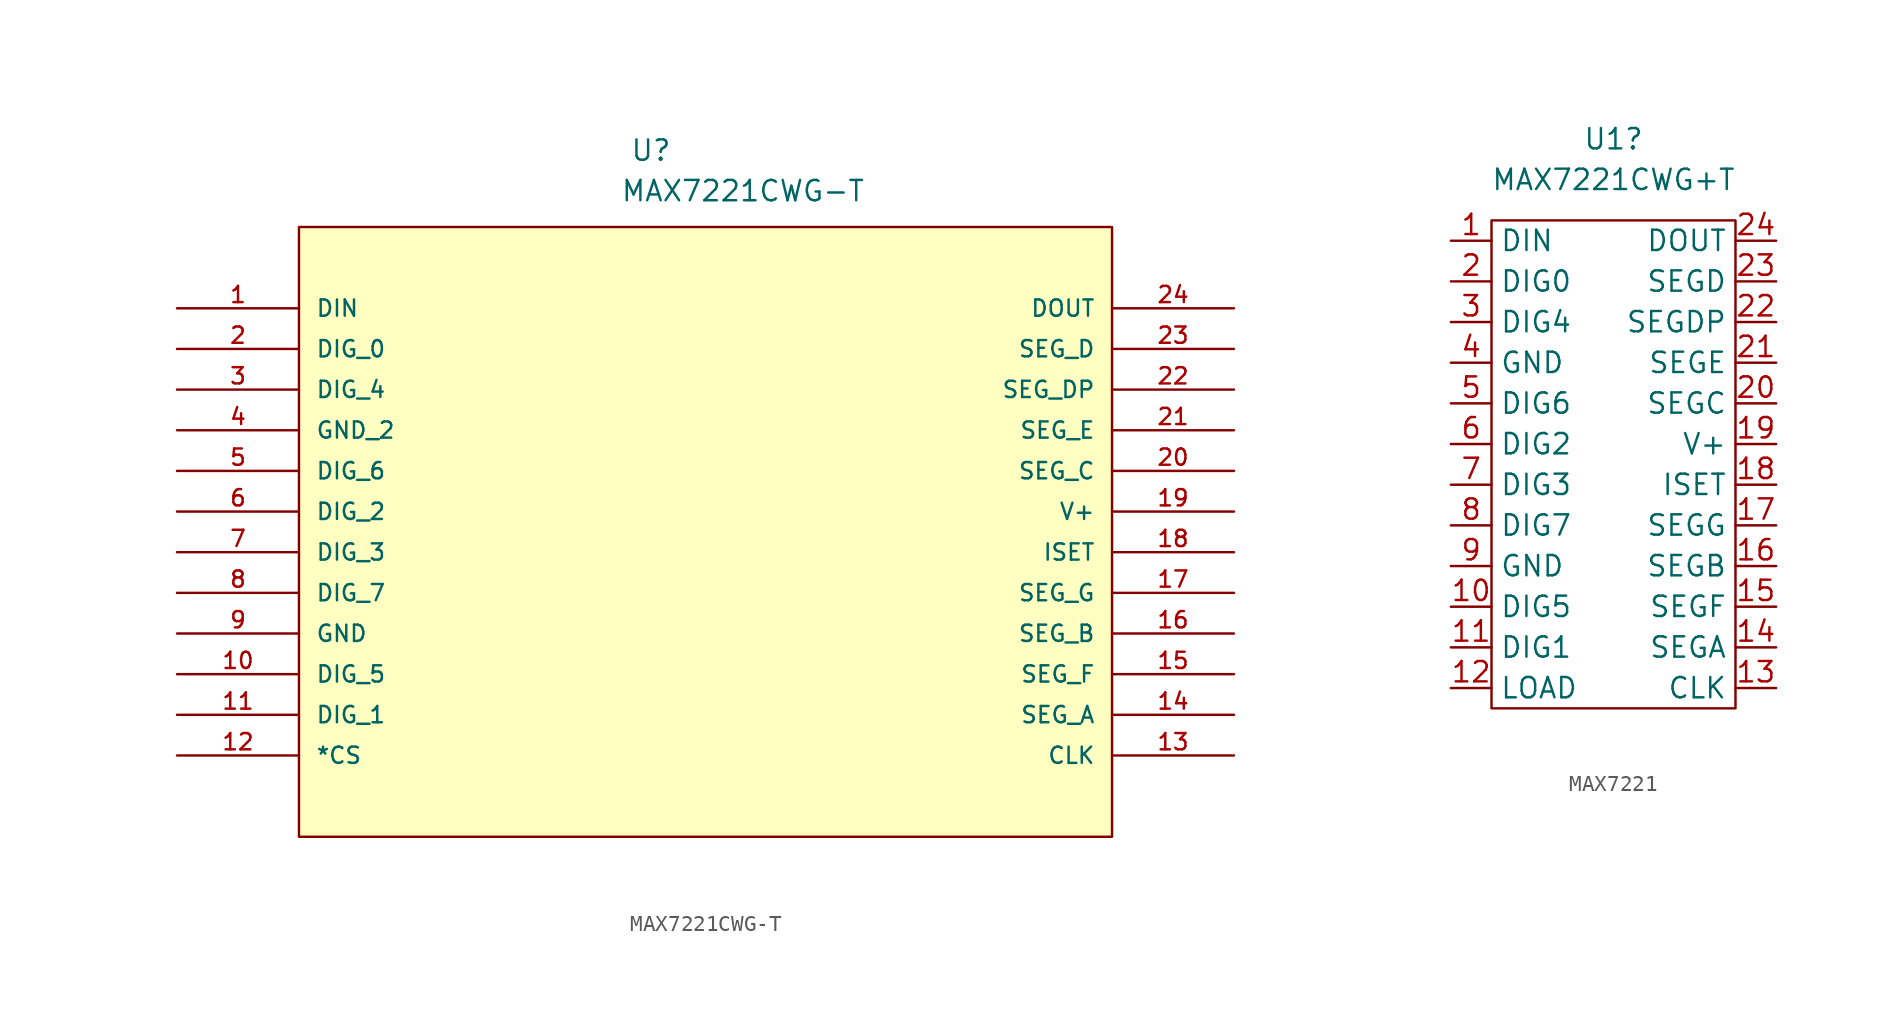
<source format=kicad_sym>
(kicad_symbol_lib
  (version 20231120)
  (generator "kicad_symbol_editor")
  (generator_version "8.0")
  (symbol "MAX7221CWG-T"
    (pin_names
      (offset 1.016))
    (property "Reference" "U"
      (at 28.304 9.121 0)
      (effects (font (size 1.27 1.27)) (justify left bottom)))
    (property "Value" "MAX7221CWG-T"
      (at 27.701 6.588 0)
      (effects (font (size 1.27 1.27)) (justify left bottom)))
    (symbol "MAX7221CWG-T_0_0"
      (rectangle (start 7.62 -33.02) (end 58.42 5.08) (stroke (width 0.152) (type default)) (fill (type background)))
      (pin input line (at 0 0 0) (length 7.62) (name "DIN" (effects (font (size 1.016 1.016)))) (number "1" (effects (font (size 1.016 1.016)))))
      (pin passive line (at 0 -22.86 0) (length 7.62) (name "DIG_5" (effects (font (size 1.016 1.016)))) (number "10" (effects (font (size 1.016 1.016)))))
      (pin passive line (at 0 -25.4 0) (length 7.62) (name "DIG_1" (effects (font (size 1.016 1.016)))) (number "11" (effects (font (size 1.016 1.016)))))
      (pin input line (at 0 -27.94 0) (length 7.62) (name "*CS" (effects (font (size 1.016 1.016)))) (number "12" (effects (font (size 1.016 1.016)))))
      (pin input line (at 66.04 -27.94 180) (length 7.62) (name "CLK" (effects (font (size 1.016 1.016)))) (number "13" (effects (font (size 1.016 1.016)))))
      (pin passive line (at 66.04 -25.4 180) (length 7.62) (name "SEG_A" (effects (font (size 1.016 1.016)))) (number "14" (effects (font (size 1.016 1.016)))))
      (pin passive line (at 66.04 -22.86 180) (length 7.62) (name "SEG_F" (effects (font (size 1.016 1.016)))) (number "15" (effects (font (size 1.016 1.016)))))
      (pin passive line (at 66.04 -20.32 180) (length 7.62) (name "SEG_B" (effects (font (size 1.016 1.016)))) (number "16" (effects (font (size 1.016 1.016)))))
      (pin passive line (at 66.04 -17.78 180) (length 7.62) (name "SEG_G" (effects (font (size 1.016 1.016)))) (number "17" (effects (font (size 1.016 1.016)))))
      (pin passive line (at 66.04 -15.24 180) (length 7.62) (name "ISET" (effects (font (size 1.016 1.016)))) (number "18" (effects (font (size 1.016 1.016)))))
      (pin power_in line (at 66.04 -12.7 180) (length 7.62) (name "V+" (effects (font (size 1.016 1.016)))) (number "19" (effects (font (size 1.016 1.016)))))
      (pin passive line (at 0 -2.54 0) (length 7.62) (name "DIG_0" (effects (font (size 1.016 1.016)))) (number "2" (effects (font (size 1.016 1.016)))))
      (pin passive line (at 66.04 -10.16 180) (length 7.62) (name "SEG_C" (effects (font (size 1.016 1.016)))) (number "20" (effects (font (size 1.016 1.016)))))
      (pin passive line (at 66.04 -7.62 180) (length 7.62) (name "SEG_E" (effects (font (size 1.016 1.016)))) (number "21" (effects (font (size 1.016 1.016)))))
      (pin passive line (at 66.04 -5.08 180) (length 7.62) (name "SEG_DP" (effects (font (size 1.016 1.016)))) (number "22" (effects (font (size 1.016 1.016)))))
      (pin passive line (at 66.04 -2.54 180) (length 7.62) (name "SEG_D" (effects (font (size 1.016 1.016)))) (number "23" (effects (font (size 1.016 1.016)))))
      (pin output line (at 66.04 0 180) (length 7.62) (name "DOUT" (effects (font (size 1.016 1.016)))) (number "24" (effects (font (size 1.016 1.016)))))
      (pin passive line (at 0 -5.08 0) (length 7.62) (name "DIG_4" (effects (font (size 1.016 1.016)))) (number "3" (effects (font (size 1.016 1.016)))))
      (pin power_in line (at 0 -7.62 0) (length 7.62) (name "GND_2" (effects (font (size 1.016 1.016)))) (number "4" (effects (font (size 1.016 1.016)))))
      (pin passive line (at 0 -10.16 0) (length 7.62) (name "DIG_6" (effects (font (size 1.016 1.016)))) (number "5" (effects (font (size 1.016 1.016)))))
      (pin passive line (at 0 -12.7 0) (length 7.62) (name "DIG_2" (effects (font (size 1.016 1.016)))) (number "6" (effects (font (size 1.016 1.016)))))
      (pin passive line (at 0 -15.24 0) (length 7.62) (name "DIG_3" (effects (font (size 1.016 1.016)))) (number "7" (effects (font (size 1.016 1.016)))))
      (pin passive line (at 0 -17.78 0) (length 7.62) (name "DIG_7" (effects (font (size 1.016 1.016)))) (number "8" (effects (font (size 1.016 1.016)))))
      (pin power_in line (at 0 -20.32 0) (length 7.62) (name "GND" (effects (font (size 1.016 1.016)))) (number "9" (effects (font (size 1.016 1.016)))))))
  (symbol "MAX7221"
    (property "Reference" "U1"
      (at 0 20.32 0)
      (effects (font (size 1.27 1.27))))
    (property "Value" "MAX7221CWG+T"
      (at 0 17.78 0)
      (effects (font (size 1.27 1.27))))
    (symbol "MAX7221_0_1"
      (rectangle (start -7.62 15.24) (end 7.62 -15.24) (stroke (width 0.152) (type default)) (fill (type none))))
    (symbol "MAX7221_1_1"
      (pin input line (at -10.16 13.97 0) (length 2.54) (name "DIN" (effects (font (size 1.27 1.27)))) (number "1" (effects (font (size 1.27 1.27)))))
      (pin input line (at -10.16 -8.89 0) (length 2.54) (name "DIG5" (effects (font (size 1.27 1.27)))) (number "10" (effects (font (size 1.27 1.27)))))
      (pin input line (at -10.16 -11.43 0) (length 2.54) (name "DIG1" (effects (font (size 1.27 1.27)))) (number "11" (effects (font (size 1.27 1.27)))))
      (pin input line (at -10.16 -13.97 0) (length 2.54) (name "LOAD" (effects (font (size 1.27 1.27)))) (number "12" (effects (font (size 1.27 1.27)))))
      (pin input line (at 10.16 -13.97 180) (length 2.54) (name "CLK" (effects (font (size 1.27 1.27)))) (number "13" (effects (font (size 1.27 1.27)))))
      (pin input line (at 10.16 -11.43 180) (length 2.54) (name "SEGA" (effects (font (size 1.27 1.27)))) (number "14" (effects (font (size 1.27 1.27)))))
      (pin input line (at 10.16 -8.89 180) (length 2.54) (name "SEGF" (effects (font (size 1.27 1.27)))) (number "15" (effects (font (size 1.27 1.27)))))
      (pin input line (at 10.16 -6.35 180) (length 2.54) (name "SEGB" (effects (font (size 1.27 1.27)))) (number "16" (effects (font (size 1.27 1.27)))))
      (pin input line (at 10.16 -3.81 180) (length 2.54) (name "SEGG" (effects (font (size 1.27 1.27)))) (number "17" (effects (font (size 1.27 1.27)))))
      (pin input line (at 10.16 -1.27 180) (length 2.54) (name "ISET" (effects (font (size 1.27 1.27)))) (number "18" (effects (font (size 1.27 1.27)))))
      (pin input line (at 10.16 1.27 180) (length 2.54) (name "V+" (effects (font (size 1.27 1.27)))) (number "19" (effects (font (size 1.27 1.27)))))
      (pin input line (at -10.16 11.43 0) (length 2.54) (name "DIG0" (effects (font (size 1.27 1.27)))) (number "2" (effects (font (size 1.27 1.27)))))
      (pin input line (at 10.16 3.81 180) (length 2.54) (name "SEGC" (effects (font (size 1.27 1.27)))) (number "20" (effects (font (size 1.27 1.27)))))
      (pin input line (at 10.16 6.35 180) (length 2.54) (name "SEGE" (effects (font (size 1.27 1.27)))) (number "21" (effects (font (size 1.27 1.27)))))
      (pin input line (at 10.16 8.89 180) (length 2.54) (name "SEGDP" (effects (font (size 1.27 1.27)))) (number "22" (effects (font (size 1.27 1.27)))))
      (pin input line (at 10.16 11.43 180) (length 2.54) (name "SEGD" (effects (font (size 1.27 1.27)))) (number "23" (effects (font (size 1.27 1.27)))))
      (pin input line (at 10.16 13.97 180) (length 2.54) (name "DOUT" (effects (font (size 1.27 1.27)))) (number "24" (effects (font (size 1.27 1.27)))))
      (pin input line (at -10.16 8.89 0) (length 2.54) (name "DIG4" (effects (font (size 1.27 1.27)))) (number "3" (effects (font (size 1.27 1.27)))))
      (pin input line (at -10.16 6.35 0) (length 2.54) (name "GND" (effects (font (size 1.27 1.27)))) (number "4" (effects (font (size 1.27 1.27)))))
      (pin input line (at -10.16 3.81 0) (length 2.54) (name "DIG6" (effects (font (size 1.27 1.27)))) (number "5" (effects (font (size 1.27 1.27)))))
      (pin input line (at -10.16 1.27 0) (length 2.54) (name "DIG2" (effects (font (size 1.27 1.27)))) (number "6" (effects (font (size 1.27 1.27)))))
      (pin input line (at -10.16 -1.27 0) (length 2.54) (name "DIG3" (effects (font (size 1.27 1.27)))) (number "7" (effects (font (size 1.27 1.27)))))
      (pin input line (at -10.16 -3.81 0) (length 2.54) (name "DIG7" (effects (font (size 1.27 1.27)))) (number "8" (effects (font (size 1.27 1.27)))))
      (pin input line (at -10.16 -6.35 0) (length 2.54) (name "GND" (effects (font (size 1.27 1.27)))) (number "9" (effects (font (size 1.27 1.27))))))))
</source>
